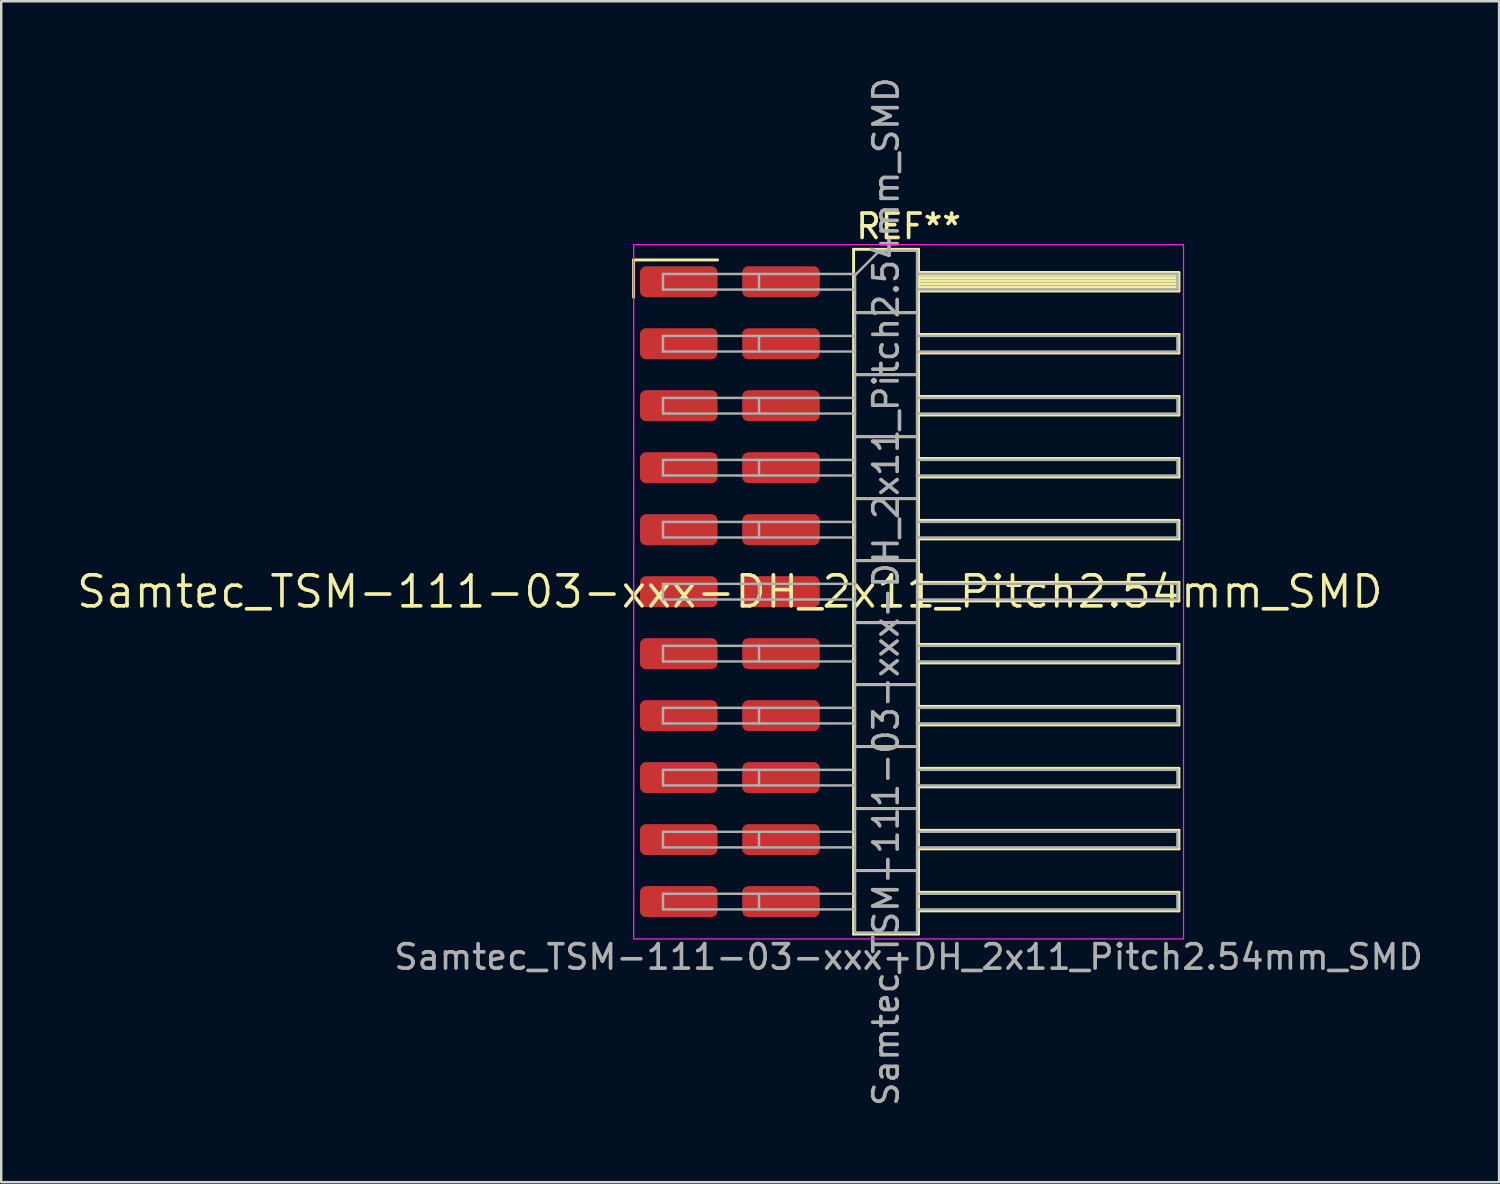
<source format=kicad_pcb>
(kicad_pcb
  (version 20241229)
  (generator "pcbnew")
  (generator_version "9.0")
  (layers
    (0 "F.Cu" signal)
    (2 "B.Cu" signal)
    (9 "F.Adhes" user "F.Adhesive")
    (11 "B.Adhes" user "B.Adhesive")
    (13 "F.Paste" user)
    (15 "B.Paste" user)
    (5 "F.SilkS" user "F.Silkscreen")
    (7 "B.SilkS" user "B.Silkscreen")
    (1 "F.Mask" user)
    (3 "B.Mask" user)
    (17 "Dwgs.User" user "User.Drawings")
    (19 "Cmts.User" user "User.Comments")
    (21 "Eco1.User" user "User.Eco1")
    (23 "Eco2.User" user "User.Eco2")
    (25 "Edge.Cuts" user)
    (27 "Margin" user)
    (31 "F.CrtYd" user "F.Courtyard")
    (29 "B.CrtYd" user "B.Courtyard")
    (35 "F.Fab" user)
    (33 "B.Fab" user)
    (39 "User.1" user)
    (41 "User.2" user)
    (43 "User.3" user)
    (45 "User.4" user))
  (footprint "Samtec_TSM-111-03-xxx-DH_2x11_Pitch2.54mm_SMD"
    (layer "F.Cu")
    (at 26.859 21.196)
    (property "Reference" "Samtec_TSM-111-03-xxx-DH_2x11_Pitch2.54mm_SMD" (at 0 0 0) (layer "F.SilkS") (effects (font (size 1.27 1.27) (thickness 0.15))))
    (attr smd)
    (fp_line (start -3.945 -13.595) (end -0.505 -13.595) (stroke (width 0.12) (type solid)) (layer "F.SilkS"))
    (fp_line (start -3.945 -12.065) (end -3.945 -13.595) (stroke (width 0.12) (type solid)) (layer "F.SilkS"))
    (fp_line (start 5.07 -14.03) (end 7.73 -14.03) (stroke (width 0.12) (type solid)) (layer "F.SilkS"))
    (fp_line (start 5.07 -11.43) (end 7.73 -11.43) (stroke (width 0.12) (type solid)) (layer "F.SilkS"))
    (fp_line (start 5.07 -8.89) (end 7.73 -8.89) (stroke (width 0.12) (type solid)) (layer "F.SilkS"))
    (fp_line (start 5.07 -6.35) (end 7.73 -6.35) (stroke (width 0.12) (type solid)) (layer "F.SilkS"))
    (fp_line (start 5.07 -3.81) (end 7.73 -3.81) (stroke (width 0.12) (type solid)) (layer "F.SilkS"))
    (fp_line (start 5.07 -1.27) (end 7.73 -1.27) (stroke (width 0.12) (type solid)) (layer "F.SilkS"))
    (fp_line (start 5.07 1.27) (end 7.73 1.27) (stroke (width 0.12) (type solid)) (layer "F.SilkS"))
    (fp_line (start 5.07 3.81) (end 7.73 3.81) (stroke (width 0.12) (type solid)) (layer "F.SilkS"))
    (fp_line (start 5.07 6.35) (end 7.73 6.35) (stroke (width 0.12) (type solid)) (layer "F.SilkS"))
    (fp_line (start 5.07 8.89) (end 7.73 8.89) (stroke (width 0.12) (type solid)) (layer "F.SilkS"))
    (fp_line (start 5.07 11.43) (end 7.73 11.43) (stroke (width 0.12) (type solid)) (layer "F.SilkS"))
    (fp_line (start 5.07 14.03) (end 5.07 -14.03) (stroke (width 0.12) (type solid)) (layer "F.SilkS"))
    (fp_line (start 7.73 -14.03) (end 7.73 14.03) (stroke (width 0.12) (type solid)) (layer "F.SilkS"))
    (fp_line (start 7.73 -13.08) (end 18.4 -13.08) (stroke (width 0.12) (type solid)) (layer "F.SilkS"))
    (fp_line (start 7.73 -12.96) (end 18.4 -12.96) (stroke (width 0.12) (type solid)) (layer "F.SilkS"))
    (fp_line (start 7.73 -12.84) (end 18.4 -12.84) (stroke (width 0.12) (type solid)) (layer "F.SilkS"))
    (fp_line (start 7.73 -12.72) (end 18.4 -12.72) (stroke (width 0.12) (type solid)) (layer "F.SilkS"))
    (fp_line (start 7.73 -12.6) (end 18.4 -12.6) (stroke (width 0.12) (type solid)) (layer "F.SilkS"))
    (fp_line (start 7.73 -12.48) (end 18.4 -12.48) (stroke (width 0.12) (type solid)) (layer "F.SilkS"))
    (fp_line (start 7.73 -12.36) (end 18.4 -12.36) (stroke (width 0.12) (type solid)) (layer "F.SilkS"))
    (fp_line (start 7.73 -12.32) (end 18.4 -12.32) (stroke (width 0.12) (type solid)) (layer "F.SilkS"))
    (fp_line (start 7.73 -10.54) (end 18.4 -10.54) (stroke (width 0.12) (type solid)) (layer "F.SilkS"))
    (fp_line (start 7.73 -9.78) (end 18.4 -9.78) (stroke (width 0.12) (type solid)) (layer "F.SilkS"))
    (fp_line (start 7.73 -8) (end 18.4 -8) (stroke (width 0.12) (type solid)) (layer "F.SilkS"))
    (fp_line (start 7.73 -7.24) (end 18.4 -7.24) (stroke (width 0.12) (type solid)) (layer "F.SilkS"))
    (fp_line (start 7.73 -5.46) (end 18.4 -5.46) (stroke (width 0.12) (type solid)) (layer "F.SilkS"))
    (fp_line (start 7.73 -4.7) (end 18.4 -4.7) (stroke (width 0.12) (type solid)) (layer "F.SilkS"))
    (fp_line (start 7.73 -2.92) (end 18.4 -2.92) (stroke (width 0.12) (type solid)) (layer "F.SilkS"))
    (fp_line (start 7.73 -2.16) (end 18.4 -2.16) (stroke (width 0.12) (type solid)) (layer "F.SilkS"))
    (fp_line (start 7.73 -0.38) (end 18.4 -0.38) (stroke (width 0.12) (type solid)) (layer "F.SilkS"))
    (fp_line (start 7.73 0.38) (end 18.4 0.38) (stroke (width 0.12) (type solid)) (layer "F.SilkS"))
    (fp_line (start 7.73 2.16) (end 18.4 2.16) (stroke (width 0.12) (type solid)) (layer "F.SilkS"))
    (fp_line (start 7.73 2.92) (end 18.4 2.92) (stroke (width 0.12) (type solid)) (layer "F.SilkS"))
    (fp_line (start 7.73 4.7) (end 18.4 4.7) (stroke (width 0.12) (type solid)) (layer "F.SilkS"))
    (fp_line (start 7.73 5.46) (end 18.4 5.46) (stroke (width 0.12) (type solid)) (layer "F.SilkS"))
    (fp_line (start 7.73 7.24) (end 18.4 7.24) (stroke (width 0.12) (type solid)) (layer "F.SilkS"))
    (fp_line (start 7.73 8) (end 18.4 8) (stroke (width 0.12) (type solid)) (layer "F.SilkS"))
    (fp_line (start 7.73 9.78) (end 18.4 9.78) (stroke (width 0.12) (type solid)) (layer "F.SilkS"))
    (fp_line (start 7.73 10.54) (end 18.4 10.54) (stroke (width 0.12) (type solid)) (layer "F.SilkS"))
    (fp_line (start 7.73 12.32) (end 18.4 12.32) (stroke (width 0.12) (type solid)) (layer "F.SilkS"))
    (fp_line (start 7.73 13.08) (end 18.4 13.08) (stroke (width 0.12) (type solid)) (layer "F.SilkS"))
    (fp_line (start 7.73 14.03) (end 5.07 14.03) (stroke (width 0.12) (type solid)) (layer "F.SilkS"))
    (fp_line (start 18.4 -13.08) (end 18.4 -12.32) (stroke (width 0.12) (type solid)) (layer "F.SilkS"))
    (fp_line (start 18.4 -10.54) (end 18.4 -9.78) (stroke (width 0.12) (type solid)) (layer "F.SilkS"))
    (fp_line (start 18.4 -8) (end 18.4 -7.24) (stroke (width 0.12) (type solid)) (layer "F.SilkS"))
    (fp_line (start 18.4 -5.46) (end 18.4 -4.7) (stroke (width 0.12) (type solid)) (layer "F.SilkS"))
    (fp_line (start 18.4 -2.92) (end 18.4 -2.16) (stroke (width 0.12) (type solid)) (layer "F.SilkS"))
    (fp_line (start 18.4 -0.38) (end 18.4 0.38) (stroke (width 0.12) (type solid)) (layer "F.SilkS"))
    (fp_line (start 18.4 2.16) (end 18.4 2.92) (stroke (width 0.12) (type solid)) (layer "F.SilkS"))
    (fp_line (start 18.4 4.7) (end 18.4 5.46) (stroke (width 0.12) (type solid)) (layer "F.SilkS"))
    (fp_line (start 18.4 7.24) (end 18.4 8) (stroke (width 0.12) (type solid)) (layer "F.SilkS"))
    (fp_line (start 18.4 9.78) (end 18.4 10.54) (stroke (width 0.12) (type solid)) (layer "F.SilkS"))
    (fp_line (start 18.4 12.32) (end 18.4 13.08) (stroke (width 0.12) (type solid)) (layer "F.SilkS"))
    (fp_line (start -3.94 -14.22) (end 18.59 -14.22) (stroke (width 0.05) (type solid)) (layer "F.CrtYd"))
    (fp_line (start -3.94 14.23) (end -3.94 -14.22) (stroke (width 0.05) (type solid)) (layer "F.CrtYd"))
    (fp_line (start 18.59 -14.22) (end 18.59 14.23) (stroke (width 0.05) (type solid)) (layer "F.CrtYd"))
    (fp_line (start 18.59 14.23) (end -3.94 14.23) (stroke (width 0.05) (type solid)) (layer "F.CrtYd"))
    (fp_line (start -2.74 -13.02) (end -2.74 -12.38) (stroke (width 0.1) (type solid)) (layer "F.Fab"))
    (fp_line (start -2.74 -13.02) (end 5.13 -13.02) (stroke (width 0.1) (type solid)) (layer "F.Fab"))
    (fp_line (start -2.74 -12.38) (end 5.13 -12.38) (stroke (width 0.1) (type solid)) (layer "F.Fab"))
    (fp_line (start -2.74 -10.48) (end -2.74 -9.84) (stroke (width 0.1) (type solid)) (layer "F.Fab"))
    (fp_line (start -2.74 -10.48) (end 5.13 -10.48) (stroke (width 0.1) (type solid)) (layer "F.Fab"))
    (fp_line (start -2.74 -9.84) (end 5.13 -9.84) (stroke (width 0.1) (type solid)) (layer "F.Fab"))
    (fp_line (start -2.74 -7.94) (end -2.74 -7.3) (stroke (width 0.1) (type solid)) (layer "F.Fab"))
    (fp_line (start -2.74 -7.94) (end 5.13 -7.94) (stroke (width 0.1) (type solid)) (layer "F.Fab"))
    (fp_line (start -2.74 -7.3) (end 5.13 -7.3) (stroke (width 0.1) (type solid)) (layer "F.Fab"))
    (fp_line (start -2.74 -5.4) (end -2.74 -4.76) (stroke (width 0.1) (type solid)) (layer "F.Fab"))
    (fp_line (start -2.74 -5.4) (end 5.13 -5.4) (stroke (width 0.1) (type solid)) (layer "F.Fab"))
    (fp_line (start -2.74 -4.76) (end 5.13 -4.76) (stroke (width 0.1) (type solid)) (layer "F.Fab"))
    (fp_line (start -2.74 -2.86) (end -2.74 -2.22) (stroke (width 0.1) (type solid)) (layer "F.Fab"))
    (fp_line (start -2.74 -2.86) (end 5.13 -2.86) (stroke (width 0.1) (type solid)) (layer "F.Fab"))
    (fp_line (start -2.74 -2.22) (end 5.13 -2.22) (stroke (width 0.1) (type solid)) (layer "F.Fab"))
    (fp_line (start -2.74 -0.32) (end -2.74 0.32) (stroke (width 0.1) (type solid)) (layer "F.Fab"))
    (fp_line (start -2.74 -0.32) (end 5.13 -0.32) (stroke (width 0.1) (type solid)) (layer "F.Fab"))
    (fp_line (start -2.74 0.32) (end 5.13 0.32) (stroke (width 0.1) (type solid)) (layer "F.Fab"))
    (fp_line (start -2.74 2.22) (end -2.74 2.86) (stroke (width 0.1) (type solid)) (layer "F.Fab"))
    (fp_line (start -2.74 2.22) (end 5.13 2.22) (stroke (width 0.1) (type solid)) (layer "F.Fab"))
    (fp_line (start -2.74 2.86) (end 5.13 2.86) (stroke (width 0.1) (type solid)) (layer "F.Fab"))
    (fp_line (start -2.74 4.76) (end -2.74 5.4) (stroke (width 0.1) (type solid)) (layer "F.Fab"))
    (fp_line (start -2.74 4.76) (end 5.13 4.76) (stroke (width 0.1) (type solid)) (layer "F.Fab"))
    (fp_line (start -2.74 5.4) (end 5.13 5.4) (stroke (width 0.1) (type solid)) (layer "F.Fab"))
    (fp_line (start -2.74 7.3) (end -2.74 7.94) (stroke (width 0.1) (type solid)) (layer "F.Fab"))
    (fp_line (start -2.74 7.3) (end 5.13 7.3) (stroke (width 0.1) (type solid)) (layer "F.Fab"))
    (fp_line (start -2.74 7.94) (end 5.13 7.94) (stroke (width 0.1) (type solid)) (layer "F.Fab"))
    (fp_line (start -2.74 9.84) (end -2.74 10.48) (stroke (width 0.1) (type solid)) (layer "F.Fab"))
    (fp_line (start -2.74 9.84) (end 5.13 9.84) (stroke (width 0.1) (type solid)) (layer "F.Fab"))
    (fp_line (start -2.74 10.48) (end 5.13 10.48) (stroke (width 0.1) (type solid)) (layer "F.Fab"))
    (fp_line (start -2.74 12.38) (end -2.74 13.02) (stroke (width 0.1) (type solid)) (layer "F.Fab"))
    (fp_line (start -2.74 12.38) (end 5.13 12.38) (stroke (width 0.1) (type solid)) (layer "F.Fab"))
    (fp_line (start -2.74 13.02) (end 5.13 13.02) (stroke (width 0.1) (type solid)) (layer "F.Fab"))
    (fp_line (start 1.195 -13.02) (end 1.195 -12.38) (stroke (width 0.1) (type solid)) (layer "F.Fab"))
    (fp_line (start 1.195 -10.48) (end 1.195 -9.84) (stroke (width 0.1) (type solid)) (layer "F.Fab"))
    (fp_line (start 1.195 -7.94) (end 1.195 -7.3) (stroke (width 0.1) (type solid)) (layer "F.Fab"))
    (fp_line (start 1.195 -5.4) (end 1.195 -4.76) (stroke (width 0.1) (type solid)) (layer "F.Fab"))
    (fp_line (start 1.195 -2.86) (end 1.195 -2.22) (stroke (width 0.1) (type solid)) (layer "F.Fab"))
    (fp_line (start 1.195 -0.32) (end 1.195 0.32) (stroke (width 0.1) (type solid)) (layer "F.Fab"))
    (fp_line (start 1.195 2.22) (end 1.195 2.86) (stroke (width 0.1) (type solid)) (layer "F.Fab"))
    (fp_line (start 1.195 4.76) (end 1.195 5.4) (stroke (width 0.1) (type solid)) (layer "F.Fab"))
    (fp_line (start 1.195 7.3) (end 1.195 7.94) (stroke (width 0.1) (type solid)) (layer "F.Fab"))
    (fp_line (start 1.195 9.84) (end 1.195 10.48) (stroke (width 0.1) (type solid)) (layer "F.Fab"))
    (fp_line (start 1.195 12.38) (end 1.195 13.02) (stroke (width 0.1) (type solid)) (layer "F.Fab"))
    (fp_line (start 5.13 -12.97) (end 6.13 -13.97) (stroke (width 0.1) (type solid)) (layer "F.Fab"))
    (fp_line (start 5.13 -11.43) (end 7.67 -11.43) (stroke (width 0.1) (type solid)) (layer "F.Fab"))
    (fp_line (start 5.13 -8.89) (end 7.67 -8.89) (stroke (width 0.1) (type solid)) (layer "F.Fab"))
    (fp_line (start 5.13 -6.35) (end 7.67 -6.35) (stroke (width 0.1) (type solid)) (layer "F.Fab"))
    (fp_line (start 5.13 -3.81) (end 7.67 -3.81) (stroke (width 0.1) (type solid)) (layer "F.Fab"))
    (fp_line (start 5.13 -1.27) (end 7.67 -1.27) (stroke (width 0.1) (type solid)) (layer "F.Fab"))
    (fp_line (start 5.13 1.27) (end 7.67 1.27) (stroke (width 0.1) (type solid)) (layer "F.Fab"))
    (fp_line (start 5.13 3.81) (end 7.67 3.81) (stroke (width 0.1) (type solid)) (layer "F.Fab"))
    (fp_line (start 5.13 6.35) (end 7.67 6.35) (stroke (width 0.1) (type solid)) (layer "F.Fab"))
    (fp_line (start 5.13 8.89) (end 7.67 8.89) (stroke (width 0.1) (type solid)) (layer "F.Fab"))
    (fp_line (start 5.13 11.43) (end 7.67 11.43) (stroke (width 0.1) (type solid)) (layer "F.Fab"))
    (fp_line (start 5.13 13.97) (end 5.13 -12.97) (stroke (width 0.1) (type solid)) (layer "F.Fab"))
    (fp_line (start 6.13 -13.97) (end 7.67 -13.97) (stroke (width 0.1) (type solid)) (layer "F.Fab"))
    (fp_line (start 7.67 -13.97) (end 7.67 13.97) (stroke (width 0.1) (type solid)) (layer "F.Fab"))
    (fp_line (start 7.67 -13.02) (end 18.34 -13.02) (stroke (width 0.1) (type solid)) (layer "F.Fab"))
    (fp_line (start 7.67 -12.38) (end 18.34 -12.38) (stroke (width 0.1) (type solid)) (layer "F.Fab"))
    (fp_line (start 7.67 -10.48) (end 18.34 -10.48) (stroke (width 0.1) (type solid)) (layer "F.Fab"))
    (fp_line (start 7.67 -9.84) (end 18.34 -9.84) (stroke (width 0.1) (type solid)) (layer "F.Fab"))
    (fp_line (start 7.67 -7.94) (end 18.34 -7.94) (stroke (width 0.1) (type solid)) (layer "F.Fab"))
    (fp_line (start 7.67 -7.3) (end 18.34 -7.3) (stroke (width 0.1) (type solid)) (layer "F.Fab"))
    (fp_line (start 7.67 -5.4) (end 18.34 -5.4) (stroke (width 0.1) (type solid)) (layer "F.Fab"))
    (fp_line (start 7.67 -4.76) (end 18.34 -4.76) (stroke (width 0.1) (type solid)) (layer "F.Fab"))
    (fp_line (start 7.67 -2.86) (end 18.34 -2.86) (stroke (width 0.1) (type solid)) (layer "F.Fab"))
    (fp_line (start 7.67 -2.22) (end 18.34 -2.22) (stroke (width 0.1) (type solid)) (layer "F.Fab"))
    (fp_line (start 7.67 -0.32) (end 18.34 -0.32) (stroke (width 0.1) (type solid)) (layer "F.Fab"))
    (fp_line (start 7.67 0.32) (end 18.34 0.32) (stroke (width 0.1) (type solid)) (layer "F.Fab"))
    (fp_line (start 7.67 2.22) (end 18.34 2.22) (stroke (width 0.1) (type solid)) (layer "F.Fab"))
    (fp_line (start 7.67 2.86) (end 18.34 2.86) (stroke (width 0.1) (type solid)) (layer "F.Fab"))
    (fp_line (start 7.67 4.76) (end 18.34 4.76) (stroke (width 0.1) (type solid)) (layer "F.Fab"))
    (fp_line (start 7.67 5.4) (end 18.34 5.4) (stroke (width 0.1) (type solid)) (layer "F.Fab"))
    (fp_line (start 7.67 7.3) (end 18.34 7.3) (stroke (width 0.1) (type solid)) (layer "F.Fab"))
    (fp_line (start 7.67 7.94) (end 18.34 7.94) (stroke (width 0.1) (type solid)) (layer "F.Fab"))
    (fp_line (start 7.67 9.84) (end 18.34 9.84) (stroke (width 0.1) (type solid)) (layer "F.Fab"))
    (fp_line (start 7.67 10.48) (end 18.34 10.48) (stroke (width 0.1) (type solid)) (layer "F.Fab"))
    (fp_line (start 7.67 12.38) (end 18.34 12.38) (stroke (width 0.1) (type solid)) (layer "F.Fab"))
    (fp_line (start 7.67 13.02) (end 18.34 13.02) (stroke (width 0.1) (type solid)) (layer "F.Fab"))
    (fp_line (start 7.67 13.97) (end 5.13 13.97) (stroke (width 0.1) (type solid)) (layer "F.Fab"))
    (fp_line (start 18.34 -13.02) (end 18.34 -12.38) (stroke (width 0.1) (type solid)) (layer "F.Fab"))
    (fp_line (start 18.34 -10.48) (end 18.34 -9.84) (stroke (width 0.1) (type solid)) (layer "F.Fab"))
    (fp_line (start 18.34 -7.94) (end 18.34 -7.3) (stroke (width 0.1) (type solid)) (layer "F.Fab"))
    (fp_line (start 18.34 -5.4) (end 18.34 -4.76) (stroke (width 0.1) (type solid)) (layer "F.Fab"))
    (fp_line (start 18.34 -2.86) (end 18.34 -2.22) (stroke (width 0.1) (type solid)) (layer "F.Fab"))
    (fp_line (start 18.34 -0.32) (end 18.34 0.32) (stroke (width 0.1) (type solid)) (layer "F.Fab"))
    (fp_line (start 18.34 2.22) (end 18.34 2.86) (stroke (width 0.1) (type solid)) (layer "F.Fab"))
    (fp_line (start 18.34 4.76) (end 18.34 5.4) (stroke (width 0.1) (type solid)) (layer "F.Fab"))
    (fp_line (start 18.34 7.3) (end 18.34 7.94) (stroke (width 0.1) (type solid)) (layer "F.Fab"))
    (fp_line (start 18.34 9.84) (end 18.34 10.48) (stroke (width 0.1) (type solid)) (layer "F.Fab"))
    (fp_line (start 18.34 12.38) (end 18.34 13.02) (stroke (width 0.1) (type solid)) (layer "F.Fab"))
    (fp_text user "REF**" (at 7.325 -14.97 0) (layer "F.SilkS") (effects (font (size 1 1) (thickness 0.15))))
    (fp_text user "Samtec_TSM-111-03-xxx-DH_2x11_Pitch2.54mm_SMD" (at 7.325 14.97 0) (layer "F.Fab") (effects (font (size 1 1) (thickness 0.15))))
    (fp_text user "${REFERENCE}" (at 6.4 0 90) (layer "F.Fab") (effects (font (size 1 1) (thickness 0.15))))
    (pad "1" smd roundrect (at -2.095 -12.7) (size 3.18 1.27) (layers "F.Cu" "F.Mask" "F.Paste") (roundrect_rratio 0.197))
    (pad "2" smd roundrect (at 2.095 -12.7) (size 3.18 1.27) (layers "F.Cu" "F.Mask" "F.Paste") (roundrect_rratio 0.197))
    (pad "3" smd roundrect (at -2.095 -10.16) (size 3.18 1.27) (layers "F.Cu" "F.Mask" "F.Paste") (roundrect_rratio 0.197))
    (pad "4" smd roundrect (at 2.095 -10.16) (size 3.18 1.27) (layers "F.Cu" "F.Mask" "F.Paste") (roundrect_rratio 0.197))
    (pad "5" smd roundrect (at -2.095 -7.62) (size 3.18 1.27) (layers "F.Cu" "F.Mask" "F.Paste") (roundrect_rratio 0.197))
    (pad "6" smd roundrect (at 2.095 -7.62) (size 3.18 1.27) (layers "F.Cu" "F.Mask" "F.Paste") (roundrect_rratio 0.197))
    (pad "7" smd roundrect (at -2.095 -5.08) (size 3.18 1.27) (layers "F.Cu" "F.Mask" "F.Paste") (roundrect_rratio 0.197))
    (pad "8" smd roundrect (at 2.095 -5.08) (size 3.18 1.27) (layers "F.Cu" "F.Mask" "F.Paste") (roundrect_rratio 0.197))
    (pad "9" smd roundrect (at -2.095 -2.54) (size 3.18 1.27) (layers "F.Cu" "F.Mask" "F.Paste") (roundrect_rratio 0.197))
    (pad "10" smd roundrect (at 2.095 -2.54) (size 3.18 1.27) (layers "F.Cu" "F.Mask" "F.Paste") (roundrect_rratio 0.197))
    (pad "11" smd roundrect (at -2.095 0) (size 3.18 1.27) (layers "F.Cu" "F.Mask" "F.Paste") (roundrect_rratio 0.197))
    (pad "12" smd roundrect (at 2.095 0) (size 3.18 1.27) (layers "F.Cu" "F.Mask" "F.Paste") (roundrect_rratio 0.197))
    (pad "13" smd roundrect (at -2.095 2.54) (size 3.18 1.27) (layers "F.Cu" "F.Mask" "F.Paste") (roundrect_rratio 0.197))
    (pad "14" smd roundrect (at 2.095 2.54) (size 3.18 1.27) (layers "F.Cu" "F.Mask" "F.Paste") (roundrect_rratio 0.197))
    (pad "15" smd roundrect (at -2.095 5.08) (size 3.18 1.27) (layers "F.Cu" "F.Mask" "F.Paste") (roundrect_rratio 0.197))
    (pad "16" smd roundrect (at 2.095 5.08) (size 3.18 1.27) (layers "F.Cu" "F.Mask" "F.Paste") (roundrect_rratio 0.197))
    (pad "17" smd roundrect (at -2.095 7.62) (size 3.18 1.27) (layers "F.Cu" "F.Mask" "F.Paste") (roundrect_rratio 0.197))
    (pad "18" smd roundrect (at 2.095 7.62) (size 3.18 1.27) (layers "F.Cu" "F.Mask" "F.Paste") (roundrect_rratio 0.197))
    (pad "19" smd roundrect (at -2.095 10.16) (size 3.18 1.27) (layers "F.Cu" "F.Mask" "F.Paste") (roundrect_rratio 0.197))
    (pad "20" smd roundrect (at 2.095 10.16) (size 3.18 1.27) (layers "F.Cu" "F.Mask" "F.Paste") (roundrect_rratio 0.197))
    (pad "21" smd roundrect (at -2.095 12.7) (size 3.18 1.27) (layers "F.Cu" "F.Mask" "F.Paste") (roundrect_rratio 0.197))
    (pad "22" smd roundrect (at 2.095 12.7) (size 3.18 1.27) (layers "F.Cu" "F.Mask" "F.Paste") (roundrect_rratio 0.197)))
  (gr_rect
    (start -3 -3)
    (end 58.38 45.393)
    (stroke (width 0.1) (type default))
    (fill no)
    (layer "Edge.Cuts")))
</source>
